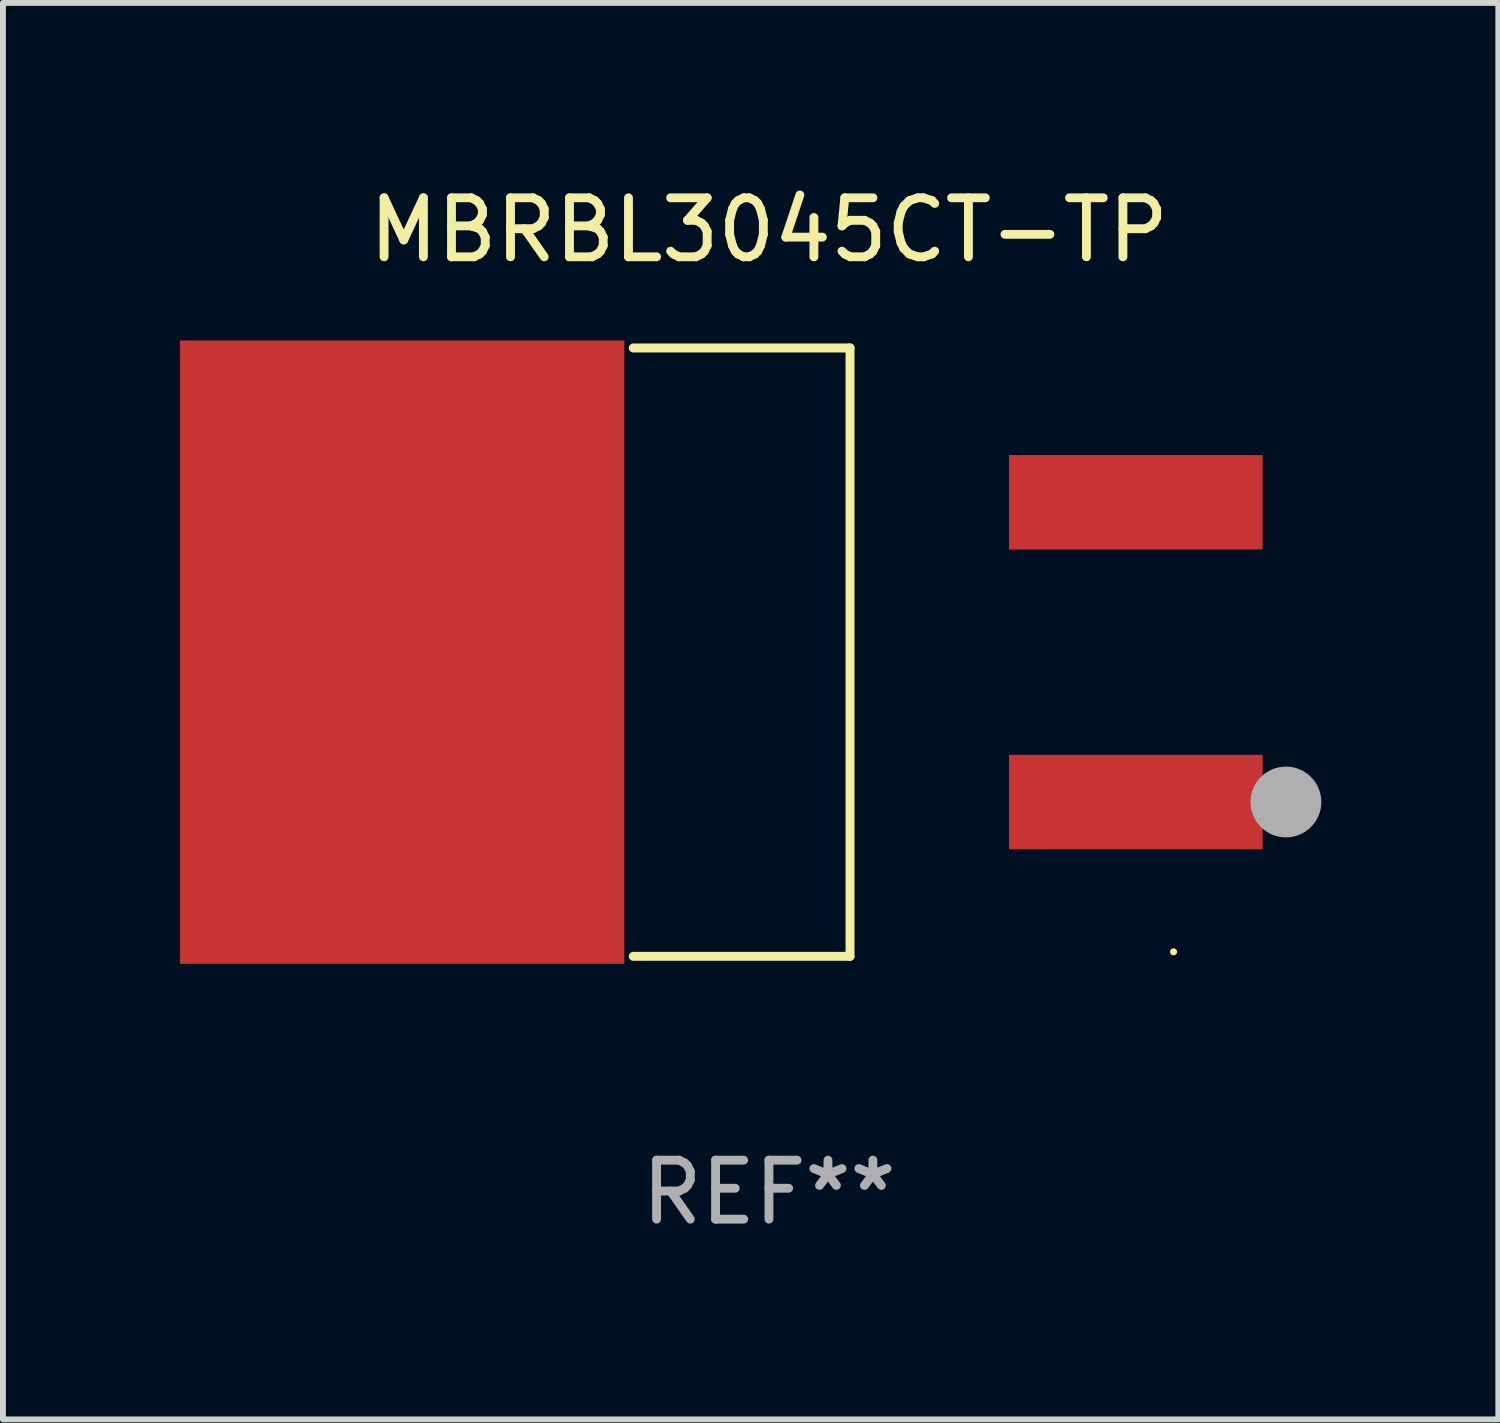
<source format=kicad_pcb>
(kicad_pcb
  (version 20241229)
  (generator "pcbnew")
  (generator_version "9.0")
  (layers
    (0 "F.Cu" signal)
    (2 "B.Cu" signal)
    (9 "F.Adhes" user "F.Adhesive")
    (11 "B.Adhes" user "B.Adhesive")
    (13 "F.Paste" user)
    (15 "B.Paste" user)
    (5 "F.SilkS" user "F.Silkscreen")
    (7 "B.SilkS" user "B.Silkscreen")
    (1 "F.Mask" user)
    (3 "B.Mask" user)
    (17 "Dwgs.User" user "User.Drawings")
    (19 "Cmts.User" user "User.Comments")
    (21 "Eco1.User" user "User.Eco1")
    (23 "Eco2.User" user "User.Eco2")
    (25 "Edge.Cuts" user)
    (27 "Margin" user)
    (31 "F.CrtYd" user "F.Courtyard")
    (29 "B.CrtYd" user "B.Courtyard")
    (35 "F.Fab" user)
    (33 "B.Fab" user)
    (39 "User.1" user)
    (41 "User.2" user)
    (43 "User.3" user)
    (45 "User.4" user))
  (footprint "MBRBL3045CT-TP"
    (layer "F.Cu")
    (at 9.984 8.004)
    (property "Reference" "MBRBL3045CT-TP" (at 0 -7.156 0) (layer "F.SilkS") (effects (font (size 1 1) (thickness 0.15))))
    (attr through_hole)
    (fp_line (start -2.3 -5.156) (end 1.374 -5.156) (stroke (width 0.152) (type solid)) (layer "F.SilkS"))
    (fp_line (start -2.3 5.156) (end 1.374 5.156) (stroke (width 0.152) (type solid)) (layer "F.SilkS"))
    (fp_line (start 1.374 5.156) (end 1.374 -5.156) (stroke (width 0.152) (type solid)) (layer "F.SilkS"))
    (fp_circle (center 6.858 5.08) (end 6.888 5.08) (stroke (width 0.06) (type solid)) (fill no) (layer "F.SilkS"))
    (fp_circle (center 8.763 2.54) (end 9.063 2.54) (stroke (width 0.6) (type solid)) (fill no) (layer "F.Fab"))
    (fp_text user "REF**" (at 0 9.156 0) (layer "F.Fab") (effects (font (size 1 1) (thickness 0.15))))
    (pad "1" smd rect (at 6.218 2.54 180) (size 4.3 1.6) (layers "F.Cu" "F.Mask" "F.Paste"))
    (pad "2" smd rect (at -6.218 0 180) (size 7.532 10.566) (layers "F.Cu" "F.Mask" "F.Paste"))
    (pad "3" smd rect (at 6.218 -2.54 180) (size 4.3 1.6) (layers "F.Cu" "F.Mask" "F.Paste")))
  (gr_rect
    (start -3 -3)
    (end 22.347 21.009)
    (stroke (width 0.1) (type default))
    (fill no)
    (layer "Edge.Cuts")))
</source>
